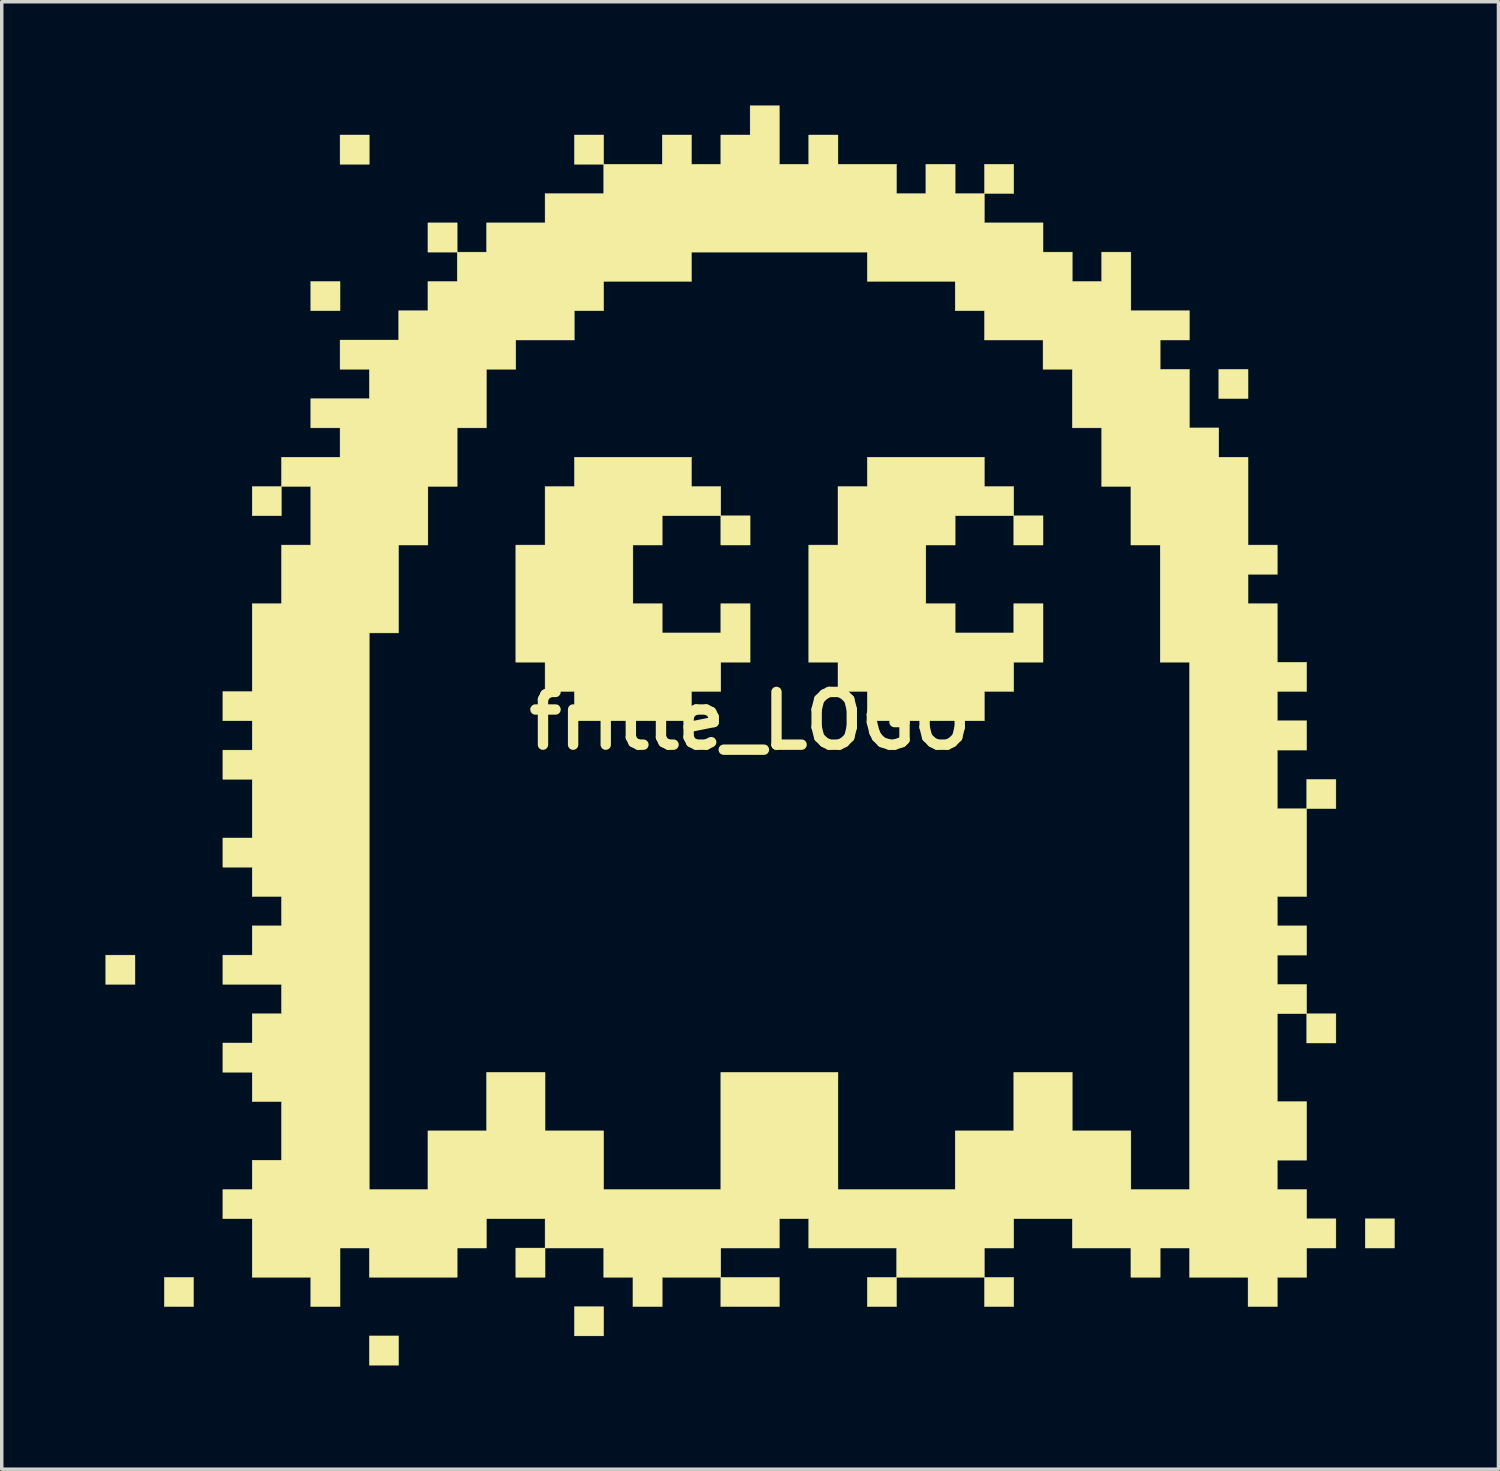
<source format=kicad_pcb>
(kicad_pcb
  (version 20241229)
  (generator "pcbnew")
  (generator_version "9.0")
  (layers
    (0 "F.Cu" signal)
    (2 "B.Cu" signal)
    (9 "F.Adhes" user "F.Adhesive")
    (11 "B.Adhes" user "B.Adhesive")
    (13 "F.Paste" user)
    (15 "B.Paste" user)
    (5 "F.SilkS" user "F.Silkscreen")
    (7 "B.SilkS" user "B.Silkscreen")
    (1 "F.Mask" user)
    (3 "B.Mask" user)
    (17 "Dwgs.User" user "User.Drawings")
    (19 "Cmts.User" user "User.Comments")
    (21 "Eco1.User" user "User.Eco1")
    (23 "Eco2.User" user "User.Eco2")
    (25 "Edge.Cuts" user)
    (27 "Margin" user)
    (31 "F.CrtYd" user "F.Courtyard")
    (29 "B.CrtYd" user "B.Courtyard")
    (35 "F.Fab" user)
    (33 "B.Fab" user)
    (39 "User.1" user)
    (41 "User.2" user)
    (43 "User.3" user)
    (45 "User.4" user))
  (footprint "fritte_LOGO"
    (layer "F.Cu")
    (at 18.632 17.785)
    (property "Reference" "fritte_LOGO" (at 0 0 0) (layer "F.SilkS") (effects (font (size 1.524 1.524) (thickness 0.3))))
    (attr through_hole)
    (fp_poly (pts (xy -17.78 7.62) (xy -18.627 7.62) (xy -18.627 6.773) (xy -17.78 6.773) (xy -17.78 7.62)) (stroke (width 0.01) (type solid)) (fill yes) (layer "F.SilkS"))
    (fp_poly (pts (xy -16.087 16.933) (xy -16.933 16.933) (xy -16.933 16.087) (xy -16.087 16.087) (xy -16.087 16.933)) (stroke (width 0.01) (type solid)) (fill yes) (layer "F.SilkS"))
    (fp_poly (pts (xy -13.547 -5.927) (xy -14.393 -5.927) (xy -14.393 -6.773) (xy -13.547 -6.773) (xy -13.547 -5.927)) (stroke (width 0.01) (type solid)) (fill yes) (layer "F.SilkS"))
    (fp_poly (pts (xy -11.853 -11.853) (xy -12.7 -11.853) (xy -12.7 -12.7) (xy -11.853 -12.7) (xy -11.853 -11.853)) (stroke (width 0.01) (type solid)) (fill yes) (layer "F.SilkS"))
    (fp_poly (pts (xy -11.007 -16.087) (xy -11.853 -16.087) (xy -11.853 -16.933) (xy -11.007 -16.933) (xy -11.007 -16.087)) (stroke (width 0.01) (type solid)) (fill yes) (layer "F.SilkS"))
    (fp_poly (pts (xy -10.16 18.627) (xy -11.007 18.627) (xy -11.007 17.78) (xy -10.16 17.78) (xy -10.16 18.627)) (stroke (width 0.01) (type solid)) (fill yes) (layer "F.SilkS"))
    (fp_poly (pts (xy -8.467 -13.547) (xy -9.313 -13.547) (xy -9.313 -14.393) (xy -8.467 -14.393) (xy -8.467 -13.547)) (stroke (width 0.01) (type solid)) (fill yes) (layer "F.SilkS"))
    (fp_poly (pts (xy -5.927 16.087) (xy -6.773 16.087) (xy -6.773 15.24) (xy -5.927 15.24) (xy -5.927 16.087)) (stroke (width 0.01) (type solid)) (fill yes) (layer "F.SilkS"))
    (fp_poly (pts (xy -4.233 -16.087) (xy -5.08 -16.087) (xy -5.08 -16.933) (xy -4.233 -16.933) (xy -4.233 -16.087)) (stroke (width 0.01) (type solid)) (fill yes) (layer "F.SilkS"))
    (fp_poly (pts (xy -4.233 17.78) (xy -5.08 17.78) (xy -5.08 16.933) (xy -4.233 16.933) (xy -4.233 17.78)) (stroke (width 0.01) (type solid)) (fill yes) (layer "F.SilkS"))
    (fp_poly (pts (xy 0 -5.08) (xy -0.847 -5.08) (xy -0.847 -5.927) (xy 0 -5.927) (xy 0 -5.08)) (stroke (width 0.01) (type solid)) (fill yes) (layer "F.SilkS"))
    (fp_poly (pts (xy 0.847 16.933) (xy -0.847 16.933) (xy -0.847 16.087) (xy 0.847 16.087) (xy 0.847 16.933)) (stroke (width 0.01) (type solid)) (fill yes) (layer "F.SilkS"))
    (fp_poly (pts (xy 4.233 16.933) (xy 3.387 16.933) (xy 3.387 16.087) (xy 4.233 16.087) (xy 4.233 16.933)) (stroke (width 0.01) (type solid)) (fill yes) (layer "F.SilkS"))
    (fp_poly (pts (xy 7.62 -15.24) (xy 6.773 -15.24) (xy 6.773 -16.087) (xy 7.62 -16.087) (xy 7.62 -15.24)) (stroke (width 0.01) (type solid)) (fill yes) (layer "F.SilkS"))
    (fp_poly (pts (xy 7.62 16.933) (xy 6.773 16.933) (xy 6.773 16.087) (xy 7.62 16.087) (xy 7.62 16.933)) (stroke (width 0.01) (type solid)) (fill yes) (layer "F.SilkS"))
    (fp_poly (pts (xy 8.467 -5.08) (xy 7.62 -5.08) (xy 7.62 -5.927) (xy 8.467 -5.927) (xy 8.467 -5.08)) (stroke (width 0.01) (type solid)) (fill yes) (layer "F.SilkS"))
    (fp_poly (pts (xy 14.393 -9.313) (xy 13.547 -9.313) (xy 13.547 -10.16) (xy 14.393 -10.16) (xy 14.393 -9.313)) (stroke (width 0.01) (type solid)) (fill yes) (layer "F.SilkS"))
    (fp_poly (pts (xy 16.933 2.54) (xy 16.087 2.54) (xy 16.087 1.693) (xy 16.933 1.693) (xy 16.933 2.54)) (stroke (width 0.01) (type solid)) (fill yes) (layer "F.SilkS"))
    (fp_poly (pts (xy 16.933 9.313) (xy 16.087 9.313) (xy 16.087 8.467) (xy 16.933 8.467) (xy 16.933 9.313)) (stroke (width 0.01) (type solid)) (fill yes) (layer "F.SilkS"))
    (fp_poly (pts (xy 18.627 15.24) (xy 17.78 15.24) (xy 17.78 14.393) (xy 18.627 14.393) (xy 18.627 15.24)) (stroke (width 0.01) (type solid)) (fill yes) (layer "F.SilkS"))
    (fp_poly (pts (xy -1.693 -6.773) (xy -0.847 -6.773) (xy -0.847 -5.927) (xy -2.54 -5.927) (xy -2.54 -5.08) (xy -3.387 -5.08) (xy -3.387 -3.387) (xy -2.54 -3.387) (xy -2.54 -2.54) (xy -0.847 -2.54) (xy -0.847 -3.387) (xy 0 -3.387) (xy 0 -1.693) (xy -0.847 -1.693) (xy -0.847 -0.847) (xy -1.693 -0.847) (xy -1.693 0) (xy -5.08 0) (xy -5.08 -0.847) (xy -5.927 -0.847) (xy -5.927 -1.693) (xy -6.773 -1.693) (xy -6.773 -5.08) (xy -5.927 -5.08) (xy -5.927 -6.773) (xy -5.08 -6.773) (xy -5.08 -7.62) (xy -1.693 -7.62) (xy -1.693 -6.773)) (stroke (width 0.01) (type solid)) (fill yes) (layer "F.SilkS"))
    (fp_poly (pts (xy 6.773 -6.773) (xy 7.62 -6.773) (xy 7.62 -5.927) (xy 5.927 -5.927) (xy 5.927 -5.08) (xy 5.08 -5.08) (xy 5.08 -3.387) (xy 5.927 -3.387) (xy 5.927 -2.54) (xy 7.62 -2.54) (xy 7.62 -3.387) (xy 8.467 -3.387) (xy 8.467 -1.693) (xy 7.62 -1.693) (xy 7.62 -0.847) (xy 6.773 -0.847) (xy 6.773 0) (xy 3.387 0) (xy 3.387 -0.847) (xy 2.54 -0.847) (xy 2.54 -1.693) (xy 1.693 -1.693) (xy 1.693 -5.08) (xy 2.54 -5.08) (xy 2.54 -6.773) (xy 3.387 -6.773) (xy 3.387 -7.62) (xy 6.773 -7.62) (xy 6.773 -6.773)) (stroke (width 0.01) (type solid)) (fill yes) (layer "F.SilkS"))
    (fp_poly (pts (xy -13.547 -7.62) (xy -11.853 -7.62) (xy -11.853 -8.467) (xy -12.7 -8.467) (xy -12.7 -9.313) (xy -11.007 -9.313) (xy -11.007 -10.16) (xy -11.853 -10.16) (xy -11.853 -11.007) (xy -10.16 -11.007) (xy -10.16 -11.853) (xy -9.313 -11.853) (xy -9.313 -12.7) (xy -8.467 -12.7) (xy -8.467 -13.547) (xy -7.62 -13.547) (xy -7.62 -14.393) (xy -5.927 -14.393) (xy -5.927 -15.24) (xy -4.233 -15.24) (xy -4.233 -16.087) (xy -2.54 -16.087) (xy -2.54 -16.933) (xy -1.693 -16.933) (xy -1.693 -16.087) (xy -0.847 -16.087) (xy -0.847 -16.933) (xy 0 -16.933) (xy 0 -17.78) (xy 0.847 -17.78) (xy 0.847 -16.087) (xy 1.693 -16.087) (xy 1.693 -16.933) (xy 2.54 -16.933) (xy 2.54 -16.087) (xy 4.233 -16.087) (xy 4.233 -15.24) (xy 5.08 -15.24) (xy 5.08 -16.087) (xy 5.927 -16.087) (xy 5.927 -15.24) (xy 6.773 -15.24) (xy 6.773 -14.393) (xy 8.467 -14.393) (xy 8.467 -13.547) (xy 9.313 -13.547) (xy 9.313 -12.7) (xy 10.16 -12.7) (xy 10.16 -13.547) (xy 11.007 -13.547) (xy 11.007 -11.853) (xy 12.7 -11.853) (xy 12.7 -11.007) (xy 11.853 -11.007) (xy 11.853 -10.16) (xy 12.7 -10.16) (xy 12.7 -8.467) (xy 13.547 -8.467) (xy 13.547 -7.62) (xy 14.393 -7.62) (xy 14.393 -5.08) (xy 15.24 -5.08) (xy 15.24 -4.233) (xy 14.393 -4.233) (xy 14.393 -3.387) (xy 15.24 -3.387) (xy 15.24 -1.693) (xy 16.087 -1.693) (xy 16.087 -0.847) (xy 15.24 -0.847) (xy 15.24 0) (xy 16.087 0) (xy 16.087 0.847) (xy 15.24 0.847) (xy 15.24 2.54) (xy 16.087 2.54) (xy 16.087 5.08) (xy 15.24 5.08) (xy 15.24 5.927) (xy 16.087 5.927) (xy 16.087 6.773) (xy 15.24 6.773) (xy 15.24 7.62) (xy 16.087 7.62) (xy 16.087 8.467) (xy 15.24 8.467) (xy 15.24 11.007) (xy 16.087 11.007) (xy 16.087 12.7) (xy 15.24 12.7) (xy 15.24 13.547) (xy 16.087 13.547) (xy 16.087 14.393) (xy 16.933 14.393) (xy 16.933 15.24) (xy 16.087 15.24) (xy 16.087 16.087) (xy 15.24 16.087) (xy 15.24 16.933) (xy 14.393 16.933) (xy 14.393 16.087) (xy 12.7 16.087) (xy 12.7 15.24) (xy 11.853 15.24) (xy 11.853 16.087) (xy 11.007 16.087) (xy 11.007 15.24) (xy 9.313 15.24) (xy 9.313 14.393) (xy 7.62 14.393) (xy 7.62 15.24) (xy 6.773 15.24) (xy 6.773 16.087) (xy 4.233 16.087) (xy 4.233 15.24) (xy 1.693 15.24) (xy 1.693 14.393) (xy 0.847 14.393) (xy 0.847 15.24) (xy -0.847 15.24) (xy -0.847 16.087) (xy -2.54 16.087) (xy -2.54 16.933) (xy -3.387 16.933) (xy -3.387 16.087) (xy -4.233 16.087) (xy -4.233 15.24) (xy -5.927 15.24) (xy -5.927 14.393) (xy -7.62 14.393) (xy -7.62 15.24) (xy -8.467 15.24) (xy -8.467 16.087) (xy -11.007 16.087) (xy -11.007 15.24) (xy -11.853 15.24) (xy -11.853 16.933) (xy -12.7 16.933) (xy -12.7 16.087) (xy -14.393 16.087) (xy -14.393 14.393) (xy -15.24 14.393) (xy -15.24 13.547) (xy -14.393 13.547) (xy -14.393 12.7) (xy -13.547 12.7) (xy -13.547 11.007) (xy -14.393 11.007) (xy -14.393 10.16) (xy -15.24 10.16) (xy -15.24 9.313) (xy -14.393 9.313) (xy -14.393 8.467) (xy -13.547 8.467) (xy -13.547 7.62) (xy -15.24 7.62) (xy -15.24 6.773) (xy -14.393 6.773) (xy -14.393 5.927) (xy -13.547 5.927) (xy -13.547 5.08) (xy -14.393 5.08) (xy -14.393 4.233) (xy -15.24 4.233) (xy -15.24 3.387) (xy -14.393 3.387) (xy -14.393 1.693) (xy -15.24 1.693) (xy -15.24 0.847) (xy -14.393 0.847) (xy -14.393 0) (xy -15.24 0) (xy -15.24 -0.847) (xy -14.393 -0.847) (xy -14.393 -2.54) (xy -11.007 -2.54) (xy -11.007 13.547) (xy -9.313 13.547) (xy -9.313 11.853) (xy -7.62 11.853) (xy -7.62 10.16) (xy -5.927 10.16) (xy -5.927 11.853) (xy -4.233 11.853) (xy -4.233 13.547) (xy -0.847 13.547) (xy -0.847 10.16) (xy 2.54 10.16) (xy 2.54 13.547) (xy 5.927 13.547) (xy 5.927 11.853) (xy 7.62 11.853) (xy 7.62 10.16) (xy 9.313 10.16) (xy 9.313 11.853) (xy 11.007 11.853) (xy 11.007 13.547) (xy 12.7 13.547) (xy 12.7 -1.693) (xy 11.853 -1.693) (xy 11.853 -5.08) (xy 11.007 -5.08) (xy 11.007 -6.773) (xy 10.16 -6.773) (xy 10.16 -8.467) (xy 9.313 -8.467) (xy 9.313 -10.16) (xy 8.467 -10.16) (xy 8.467 -11.007) (xy 6.773 -11.007) (xy 6.773 -11.853) (xy 5.927 -11.853) (xy 5.927 -12.7) (xy 3.387 -12.7) (xy 3.387 -13.547) (xy -1.693 -13.547) (xy -1.693 -12.7) (xy -4.233 -12.7) (xy -4.233 -11.853) (xy -5.08 -11.853) (xy -5.08 -11.007) (xy -6.773 -11.007) (xy -6.773 -10.16) (xy -7.62 -10.16) (xy -7.62 -8.467) (xy -8.467 -8.467) (xy -8.467 -6.773) (xy -9.313 -6.773) (xy -9.313 -5.08) (xy -10.16 -5.08) (xy -10.16 -2.54) (xy -11.007 -2.54) (xy -14.393 -2.54) (xy -14.393 -3.387) (xy -13.547 -3.387) (xy -13.547 -5.08) (xy -12.7 -5.08) (xy -12.7 -6.773) (xy -13.547 -6.773) (xy -13.547 -7.62)) (stroke (width 0.01) (type solid)) (fill yes) (layer "F.SilkS")))
  (gr_rect
    (start -3 -3)
    (end 40.263 39.417)
    (stroke (width 0.1) (type default))
    (fill no)
    (layer "Edge.Cuts")))
</source>
